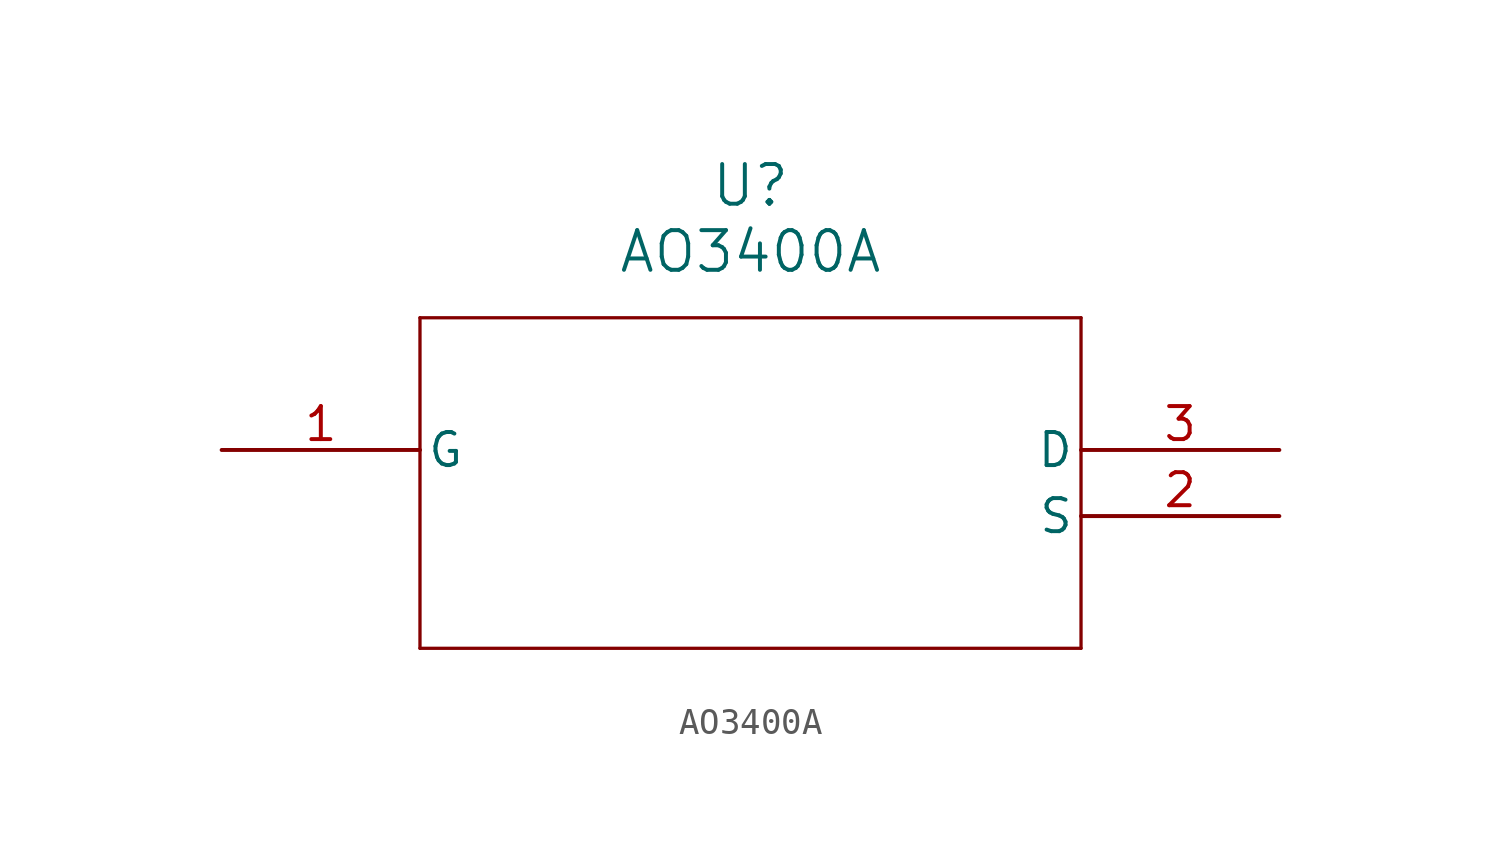
<source format=kicad_sym>
(kicad_symbol_lib
  (version 20211014)
  (generator kicad_symbol_editor)
  (symbol "AO3400A"
    (pin_names
      (offset 0.254))
    (property "Reference" "U"
      (at 20.32 10.16 0)
      (effects (font (size 1.524 1.524))))
    (property "Value" "AO3400A"
      (at 20.32 7.62 0)
      (effects (font (size 1.524 1.524))))
    (symbol "AO3400A_0_1"
      (polyline (pts (xy 7.62 5.08) (xy 7.62 -7.62)) (stroke (width 0.127) (type default) (color 0 0 0 0)) (fill (type none)))
      (polyline (pts (xy 7.62 -7.62) (xy 33.02 -7.62)) (stroke (width 0.127) (type default) (color 0 0 0 0)) (fill (type none)))
      (polyline (pts (xy 33.02 -7.62) (xy 33.02 5.08)) (stroke (width 0.127) (type default) (color 0 0 0 0)) (fill (type none)))
      (polyline (pts (xy 33.02 5.08) (xy 7.62 5.08)) (stroke (width 0.127) (type default) (color 0 0 0 0)) (fill (type none)))
      (pin unspecified line (at 0 0 0) (length 7.62) (name "G" (effects (font (size 1.27 1.27)))) (number "1" (effects (font (size 1.27 1.27)))))
      (pin unspecified line (at 40.64 -2.54 180) (length 7.62) (name "S" (effects (font (size 1.27 1.27)))) (number "2" (effects (font (size 1.27 1.27)))))
      (pin unspecified line (at 40.64 0 180) (length 7.62) (name "D" (effects (font (size 1.27 1.27)))) (number "3" (effects (font (size 1.27 1.27))))))))
</source>
